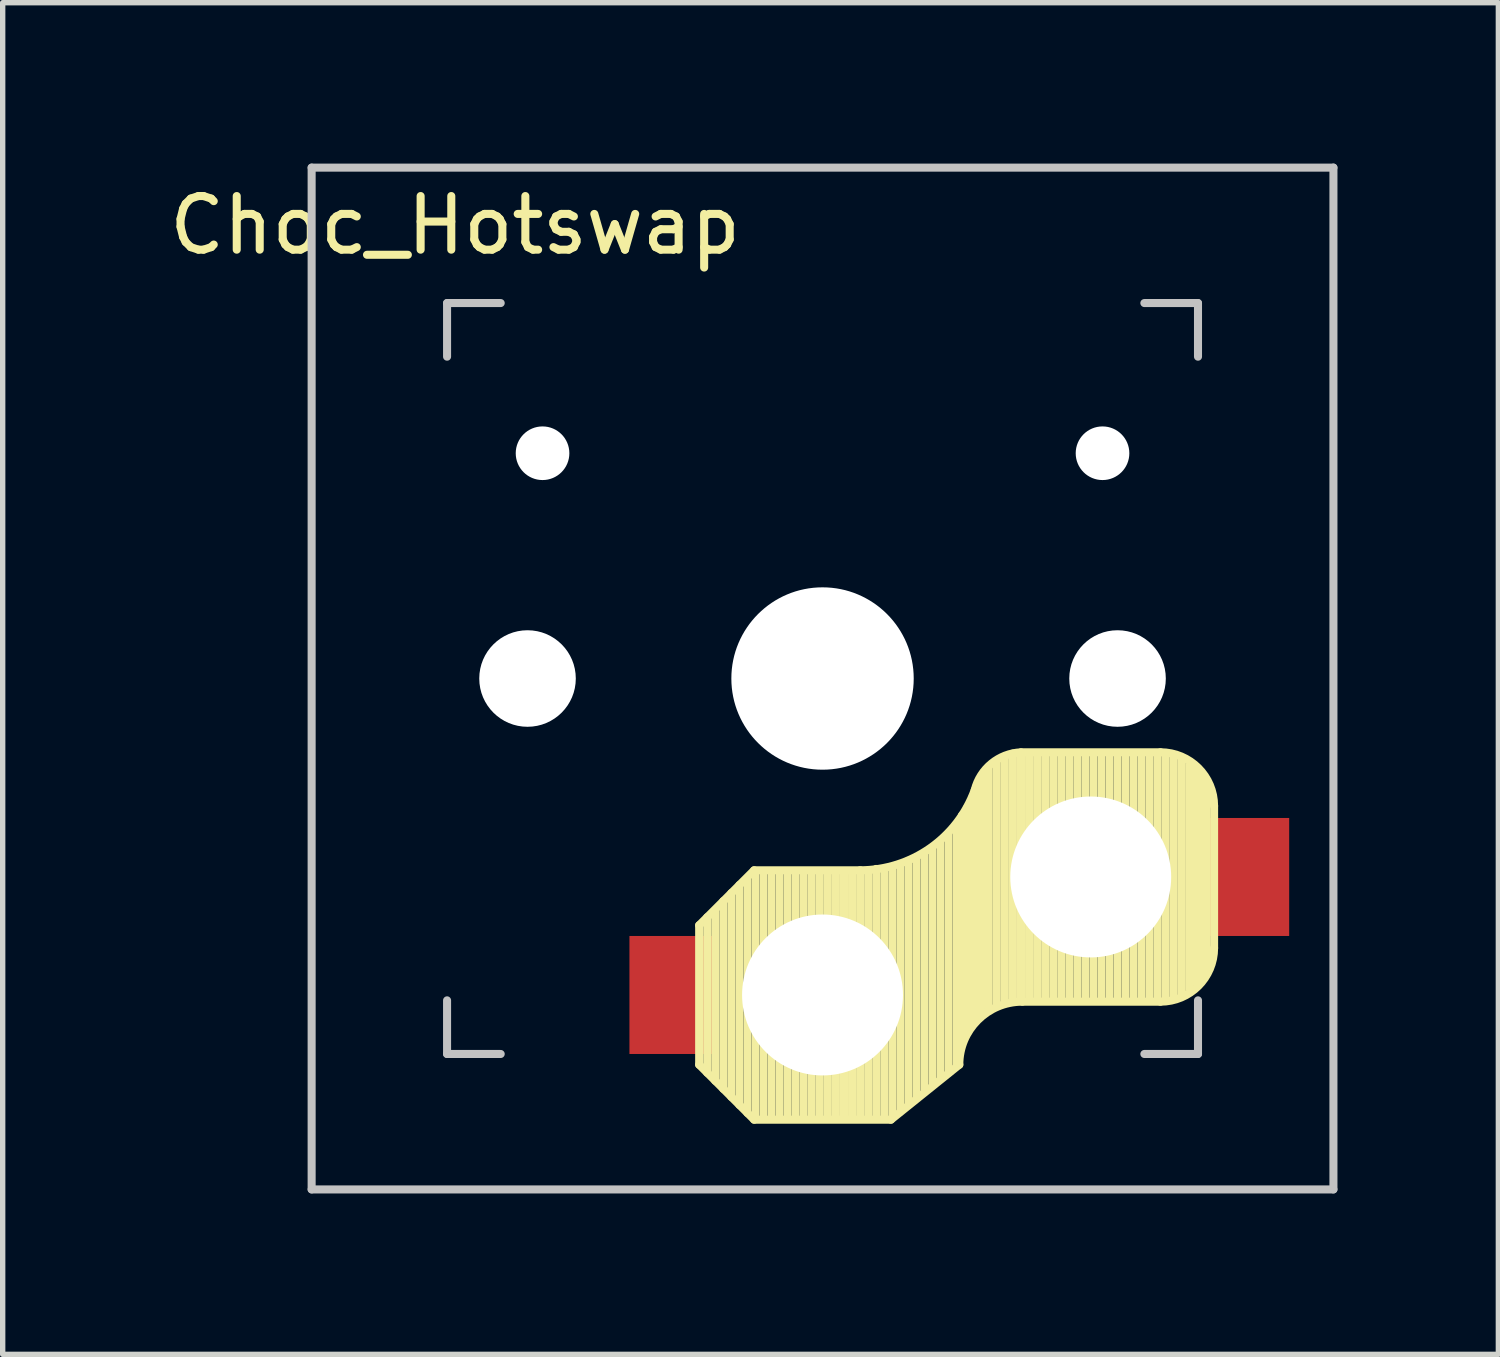
<source format=kicad_pcb>
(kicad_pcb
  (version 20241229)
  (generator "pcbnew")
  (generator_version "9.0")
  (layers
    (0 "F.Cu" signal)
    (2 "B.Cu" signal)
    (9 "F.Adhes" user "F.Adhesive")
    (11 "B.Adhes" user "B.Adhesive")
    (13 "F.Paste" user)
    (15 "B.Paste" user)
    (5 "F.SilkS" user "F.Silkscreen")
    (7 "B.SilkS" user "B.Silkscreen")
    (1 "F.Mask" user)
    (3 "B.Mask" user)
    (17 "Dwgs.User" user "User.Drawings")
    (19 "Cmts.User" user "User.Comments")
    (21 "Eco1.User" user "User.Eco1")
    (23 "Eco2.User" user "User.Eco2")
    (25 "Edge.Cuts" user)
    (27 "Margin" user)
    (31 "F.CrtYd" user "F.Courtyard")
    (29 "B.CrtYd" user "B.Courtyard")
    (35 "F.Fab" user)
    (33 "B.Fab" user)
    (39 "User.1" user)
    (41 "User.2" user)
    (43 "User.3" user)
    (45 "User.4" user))
  (footprint "Choc_Hotswap"
    (layer "F.Cu")
    (at 12.285 9.6)
    (property "Reference" "Choc_Hotswap" (at -6.85 -8.45 0) (layer "F.SilkS") (effects (font (size 1 1) (thickness 0.15))))
    (attr through_hole)
    (fp_line (start -2.3 4.6) (end -1.275 3.575) (stroke (width 0.15) (type solid)) (layer "F.SilkS"))
    (fp_line (start -2.3 7.2) (end -2.3 4.6) (stroke (width 0.15) (type solid)) (layer "F.SilkS"))
    (fp_line (start -2.3 7.2) (end -1.275 8.225) (stroke (width 0.15) (type solid)) (layer "F.SilkS"))
    (fp_line (start -2.15 4.45) (end -2.15 7.35) (stroke (width 0.15) (type solid)) (layer "F.SilkS"))
    (fp_line (start -2 4.35) (end -2 7.5) (stroke (width 0.15) (type solid)) (layer "F.SilkS"))
    (fp_line (start -1.85 4.15) (end -1.85 7.65) (stroke (width 0.15) (type solid)) (layer "F.SilkS"))
    (fp_line (start -1.7 4) (end -1.7 7.8) (stroke (width 0.15) (type solid)) (layer "F.SilkS"))
    (fp_line (start -1.55 3.85) (end -1.55 7.95) (stroke (width 0.15) (type solid)) (layer "F.SilkS"))
    (fp_line (start -1.4 3.75) (end -1.4 8.1) (stroke (width 0.15) (type solid)) (layer "F.SilkS"))
    (fp_line (start -1.25 3.6) (end -1.25 8.2) (stroke (width 0.15) (type solid)) (layer "F.SilkS"))
    (fp_line (start -1.1 3.6) (end -1.1 8.2) (stroke (width 0.15) (type solid)) (layer "F.SilkS"))
    (fp_line (start -0.95 3.6) (end -0.95 8.2) (stroke (width 0.15) (type solid)) (layer "F.SilkS"))
    (fp_line (start -0.8 3.6) (end -0.8 8.2) (stroke (width 0.15) (type solid)) (layer "F.SilkS"))
    (fp_line (start -0.65 3.6) (end -0.65 8.2) (stroke (width 0.15) (type solid)) (layer "F.SilkS"))
    (fp_line (start -0.5 3.6) (end -0.5 8.2) (stroke (width 0.15) (type solid)) (layer "F.SilkS"))
    (fp_line (start -0.35 3.6) (end -0.35 8.2) (stroke (width 0.15) (type solid)) (layer "F.SilkS"))
    (fp_line (start -0.2 3.6) (end -0.2 8.2) (stroke (width 0.15) (type solid)) (layer "F.SilkS"))
    (fp_line (start -0.05 3.6) (end -0.05 8.2) (stroke (width 0.15) (type solid)) (layer "F.SilkS"))
    (fp_line (start 0.1 3.6) (end 0.1 8.2) (stroke (width 0.15) (type solid)) (layer "F.SilkS"))
    (fp_line (start 0.25 3.6) (end 0.25 8.2) (stroke (width 0.15) (type solid)) (layer "F.SilkS"))
    (fp_line (start 0.4 3.6) (end 0.4 8.2) (stroke (width 0.15) (type solid)) (layer "F.SilkS"))
    (fp_line (start 0.55 3.6) (end 0.55 8.2) (stroke (width 0.15) (type solid)) (layer "F.SilkS"))
    (fp_line (start 0.7 3.575) (end -1.275 3.575) (stroke (width 0.15) (type solid)) (layer "F.SilkS"))
    (fp_line (start 0.7 3.6) (end 0.7 8.2) (stroke (width 0.15) (type solid)) (layer "F.SilkS"))
    (fp_line (start 0.85 3.6) (end 0.85 8.15) (stroke (width 0.15) (type solid)) (layer "F.SilkS"))
    (fp_line (start 1 3.55) (end 1 8.2) (stroke (width 0.15) (type solid)) (layer "F.SilkS"))
    (fp_line (start 1.15 3.55) (end 1.15 8.2) (stroke (width 0.15) (type solid)) (layer "F.SilkS"))
    (fp_line (start 1.275 8.225) (end -1.275 8.225) (stroke (width 0.15) (type solid)) (layer "F.SilkS"))
    (fp_line (start 1.275 8.225) (end 2.55 7.2) (stroke (width 0.15) (type solid)) (layer "F.SilkS"))
    (fp_line (start 1.3 3.55) (end 1.3 8.15) (stroke (width 0.15) (type solid)) (layer "F.SilkS"))
    (fp_line (start 1.45 3.5) (end 1.45 8.05) (stroke (width 0.15) (type solid)) (layer "F.SilkS"))
    (fp_line (start 1.6 3.4) (end 1.6 7.95) (stroke (width 0.15) (type solid)) (layer "F.SilkS"))
    (fp_line (start 1.75 3.35) (end 1.75 7.8) (stroke (width 0.15) (type solid)) (layer "F.SilkS"))
    (fp_line (start 1.9 3.25) (end 1.9 7.7) (stroke (width 0.15) (type solid)) (layer "F.SilkS"))
    (fp_line (start 2.05 3.15) (end 2.05 7.55) (stroke (width 0.15) (type solid)) (layer "F.SilkS"))
    (fp_line (start 2.2 3.05) (end 2.2 7.45) (stroke (width 0.15) (type solid)) (layer "F.SilkS"))
    (fp_line (start 2.35 2.9) (end 2.35 7.35) (stroke (width 0.15) (type solid)) (layer "F.SilkS"))
    (fp_line (start 2.5 2.75) (end 2.5 7.2) (stroke (width 0.15) (type solid)) (layer "F.SilkS"))
    (fp_line (start 2.6 2.55) (end 2.6 6.7) (stroke (width 0.15) (type solid)) (layer "F.SilkS"))
    (fp_line (start 2.7 2.4) (end 2.7 6.55) (stroke (width 0.15) (type solid)) (layer "F.SilkS"))
    (fp_line (start 2.8 2.2) (end 2.8 6.35) (stroke (width 0.15) (type solid)) (layer "F.SilkS"))
    (fp_line (start 2.9 2.05) (end 2.9 6.25) (stroke (width 0.15) (type solid)) (layer "F.SilkS"))
    (fp_line (start 3 1.8) (end 3 6.2) (stroke (width 0.15) (type solid)) (layer "F.SilkS"))
    (fp_line (start 3.1 1.65) (end 3.1 6.15) (stroke (width 0.15) (type solid)) (layer "F.SilkS"))
    (fp_line (start 3.25 1.55) (end 3.25 6.1) (stroke (width 0.15) (type solid)) (layer "F.SilkS"))
    (fp_line (start 3.4 1.45) (end 3.4 6) (stroke (width 0.15) (type solid)) (layer "F.SilkS"))
    (fp_line (start 3.55 1.4) (end 3.55 6) (stroke (width 0.15) (type solid)) (layer "F.SilkS"))
    (fp_line (start 3.7 1.4) (end 3.7 6) (stroke (width 0.15) (type solid)) (layer "F.SilkS"))
    (fp_line (start 3.85 1.4) (end 3.85 5.95) (stroke (width 0.15) (type solid)) (layer "F.SilkS"))
    (fp_line (start 4 1.4) (end 4 6) (stroke (width 0.15) (type solid)) (layer "F.SilkS"))
    (fp_line (start 4.15 1.4) (end 4.15 6) (stroke (width 0.15) (type solid)) (layer "F.SilkS"))
    (fp_line (start 4.3 1.4) (end 4.3 6) (stroke (width 0.15) (type solid)) (layer "F.SilkS"))
    (fp_line (start 4.45 1.4) (end 4.45 6) (stroke (width 0.15) (type solid)) (layer "F.SilkS"))
    (fp_line (start 4.6 1.4) (end 4.6 6) (stroke (width 0.15) (type solid)) (layer "F.SilkS"))
    (fp_line (start 4.75 1.4) (end 4.75 6) (stroke (width 0.15) (type solid)) (layer "F.SilkS"))
    (fp_line (start 4.9 1.4) (end 4.9 6) (stroke (width 0.15) (type solid)) (layer "F.SilkS"))
    (fp_line (start 5.05 1.4) (end 5.05 6) (stroke (width 0.15) (type solid)) (layer "F.SilkS"))
    (fp_line (start 5.2 1.4) (end 5.2 6) (stroke (width 0.15) (type solid)) (layer "F.SilkS"))
    (fp_line (start 5.35 1.4) (end 5.35 6) (stroke (width 0.15) (type solid)) (layer "F.SilkS"))
    (fp_line (start 5.5 1.4) (end 5.5 6) (stroke (width 0.15) (type solid)) (layer "F.SilkS"))
    (fp_line (start 5.65 1.4) (end 5.65 6) (stroke (width 0.15) (type solid)) (layer "F.SilkS"))
    (fp_line (start 5.8 1.4) (end 5.8 6) (stroke (width 0.15) (type solid)) (layer "F.SilkS"))
    (fp_line (start 5.95 1.4) (end 5.95 6) (stroke (width 0.15) (type solid)) (layer "F.SilkS"))
    (fp_line (start 6.1 1.4) (end 6.1 6) (stroke (width 0.15) (type solid)) (layer "F.SilkS"))
    (fp_line (start 6.25 1.4) (end 6.25 6) (stroke (width 0.15) (type solid)) (layer "F.SilkS"))
    (fp_line (start 6.3 1.375) (end 3.7 1.375) (stroke (width 0.15) (type solid)) (layer "F.SilkS"))
    (fp_line (start 6.3 6.025) (end 3.725 6.025) (stroke (width 0.15) (type solid)) (layer "F.SilkS"))
    (fp_line (start 6.4 1.4) (end 6.4 5.95) (stroke (width 0.15) (type solid)) (layer "F.SilkS"))
    (fp_line (start 6.55 1.45) (end 6.55 5.95) (stroke (width 0.15) (type solid)) (layer "F.SilkS"))
    (fp_line (start 6.7 1.5) (end 6.7 5.9) (stroke (width 0.15) (type solid)) (layer "F.SilkS"))
    (fp_line (start 6.85 1.6) (end 6.85 5.8) (stroke (width 0.15) (type solid)) (layer "F.SilkS"))
    (fp_line (start 6.95 1.7) (end 6.95 5.65) (stroke (width 0.15) (type solid)) (layer "F.SilkS"))
    (fp_line (start 7.05 1.8) (end 7.05 5.55) (stroke (width 0.15) (type solid)) (layer "F.SilkS"))
    (fp_line (start 7.15 1.95) (end 7.15 5.5) (stroke (width 0.15) (type solid)) (layer "F.SilkS"))
    (fp_line (start 7.3 5.025) (end 7.3 2.375) (stroke (width 0.15) (type solid)) (layer "F.SilkS"))
    (fp_arc (start 2.55 7.2) (mid 2.89415 6.36915) (end 3.725 6.025) (stroke (width 0.15) (type solid)) (layer "F.SilkS"))
    (fp_arc (start 2.837801 2.078096) (mid 2.004887 3.163571) (end 0.7 3.575) (stroke (width 0.15) (type solid)) (layer "F.SilkS"))
    (fp_arc (start 2.837801 2.078096) (mid 3.151716 1.583979) (end 3.699005 1.376209) (stroke (width 0.15) (type solid)) (layer "F.SilkS"))
    (fp_arc (start 6.3 1.375) (mid 7.007107 1.667893) (end 7.3 2.375) (stroke (width 0.15) (type solid)) (layer "F.SilkS"))
    (fp_arc (start 7.3 5.025) (mid 7.007107 5.732107) (end 6.3 6.025) (stroke (width 0.15) (type solid)) (layer "F.SilkS"))
    (fp_line (start -9.525 -9.525) (end 9.525 -9.525) (stroke (width 0.15) (type solid)) (layer "Dwgs.User"))
    (fp_line (start -9.525 9.525) (end -9.525 -9.525) (stroke (width 0.15) (type solid)) (layer "Dwgs.User"))
    (fp_line (start -7 -7) (end -6 -7) (stroke (width 0.15) (type solid)) (layer "Dwgs.User"))
    (fp_line (start -7 -6) (end -7 -7) (stroke (width 0.15) (type solid)) (layer "Dwgs.User"))
    (fp_line (start -7 7) (end -7 6) (stroke (width 0.15) (type solid)) (layer "Dwgs.User"))
    (fp_line (start -6 7) (end -7 7) (stroke (width 0.15) (type solid)) (layer "Dwgs.User"))
    (fp_line (start 6 7) (end 7 7) (stroke (width 0.15) (type solid)) (layer "Dwgs.User"))
    (fp_line (start 7 -7) (end 6 -7) (stroke (width 0.15) (type solid)) (layer "Dwgs.User"))
    (fp_line (start 7 -6) (end 7 -7) (stroke (width 0.15) (type solid)) (layer "Dwgs.User"))
    (fp_line (start 7 7) (end 7 6) (stroke (width 0.15) (type solid)) (layer "Dwgs.User"))
    (fp_line (start 9.525 -9.525) (end 9.525 9.525) (stroke (width 0.15) (type solid)) (layer "Dwgs.User"))
    (fp_line (start 9.525 9.525) (end -9.525 9.525) (stroke (width 0.15) (type solid)) (layer "Dwgs.User"))
    (pad "" np_thru_hole circle (at -5.5 0 90) (size 1.8 1.8) (drill 1.8) (layers "*.Cu" "*.Mask"))
    (pad "" np_thru_hole circle (at -5.22 -4.2 180) (size 1 1) (drill 1) (layers "*.Cu" "*.Mask"))
    (pad "" np_thru_hole circle (at 0 0 90) (size 3.4 3.4) (drill 3.4) (layers "*.Cu" "*.Mask"))
    (pad "" np_thru_hole circle (at 0 5.9 90) (size 3 3) (drill 3) (layers "*.Cu" "*.Mask"))
    (pad "" np_thru_hole circle (at 5 3.7 270) (size 3 3) (drill 3) (layers "*.Cu" "*.Mask"))
    (pad "" np_thru_hole circle (at 5.22 -4.2 180) (size 1 1) (drill 1) (layers "*.Cu" "*.Mask"))
    (pad "" np_thru_hole circle (at 5.5 0 90) (size 1.8 1.8) (drill 1.8) (layers "*.Cu" "*.Mask"))
    (pad "1" smd rect (at 7.9 3.7 180) (size 1.6 2.2) (layers "F.Cu" "F.Mask" "F.Paste"))
    (pad "2" smd rect (at -2.8 5.9 180) (size 1.6 2.2) (layers "F.Cu" "F.Mask" "F.Paste")))
  (gr_rect
    (start -3 -3)
    (end 24.885 22.2)
    (stroke (width 0.1) (type default))
    (fill no)
    (layer "Edge.Cuts")))
</source>
